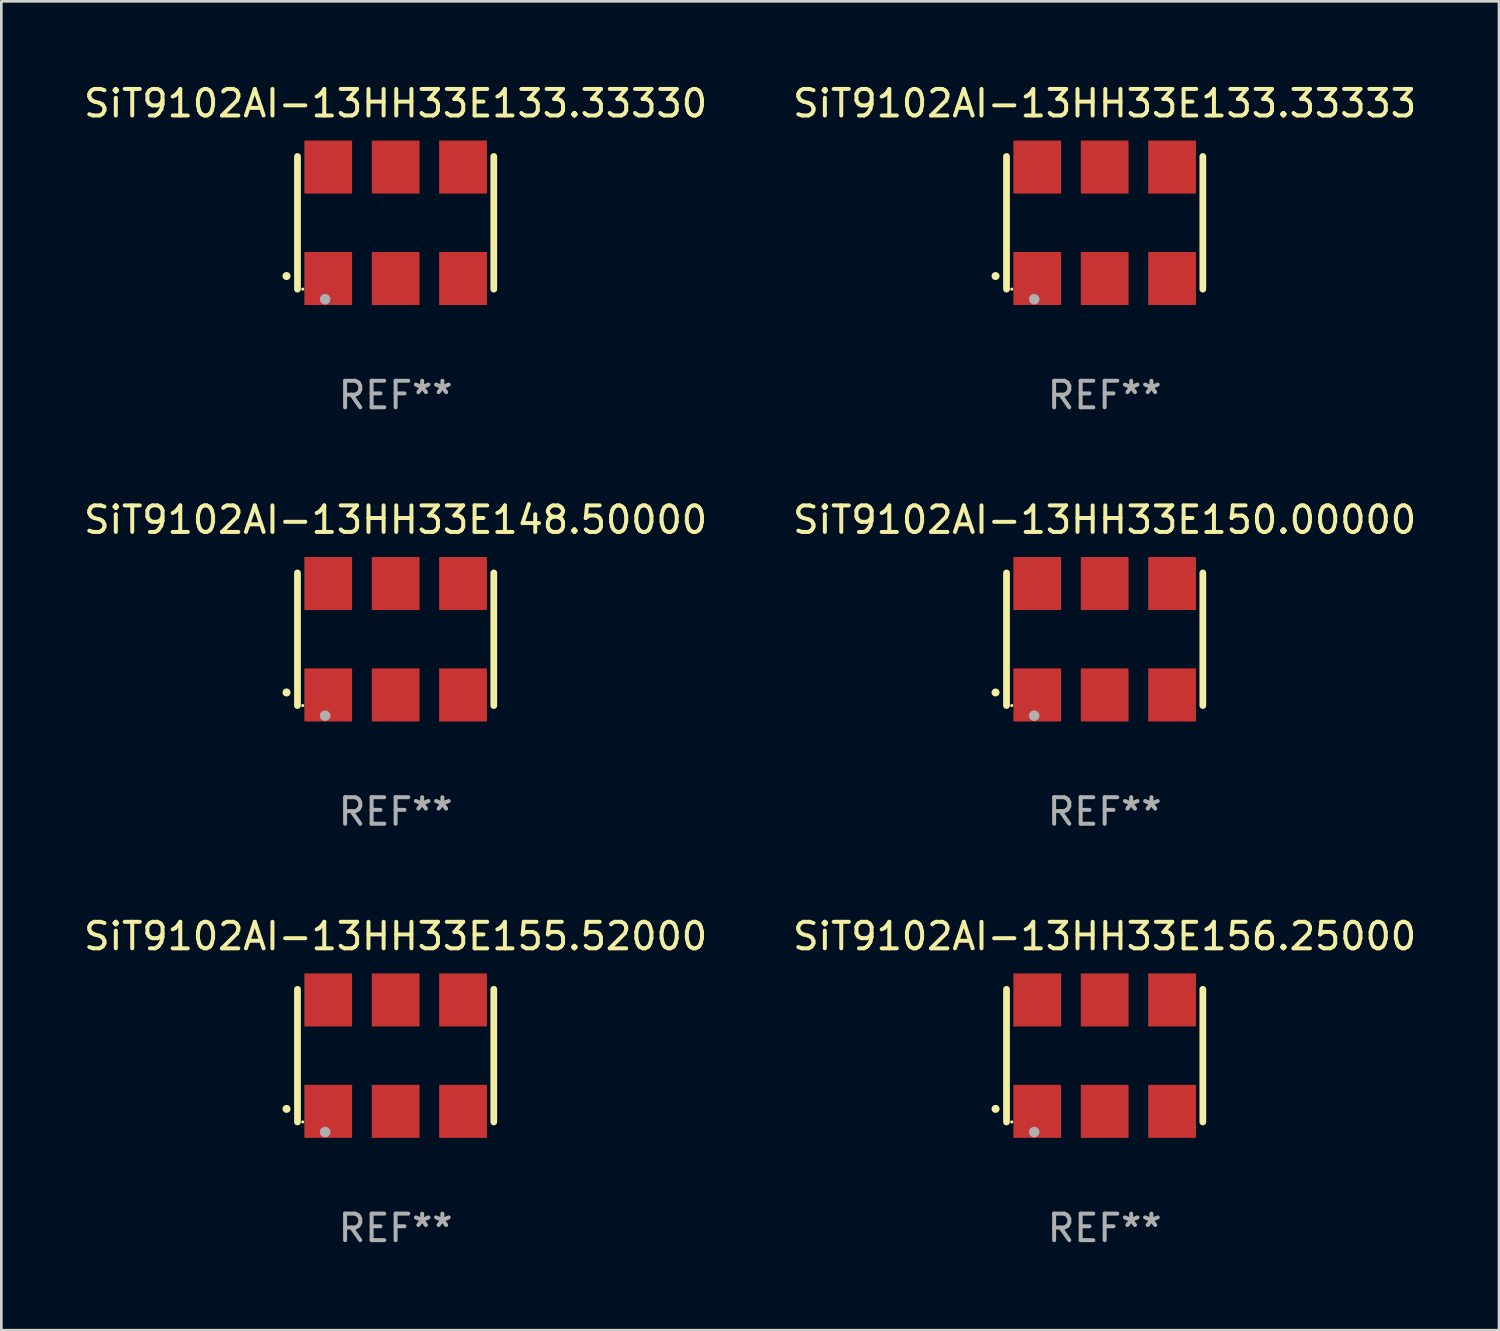
<source format=kicad_pcb>
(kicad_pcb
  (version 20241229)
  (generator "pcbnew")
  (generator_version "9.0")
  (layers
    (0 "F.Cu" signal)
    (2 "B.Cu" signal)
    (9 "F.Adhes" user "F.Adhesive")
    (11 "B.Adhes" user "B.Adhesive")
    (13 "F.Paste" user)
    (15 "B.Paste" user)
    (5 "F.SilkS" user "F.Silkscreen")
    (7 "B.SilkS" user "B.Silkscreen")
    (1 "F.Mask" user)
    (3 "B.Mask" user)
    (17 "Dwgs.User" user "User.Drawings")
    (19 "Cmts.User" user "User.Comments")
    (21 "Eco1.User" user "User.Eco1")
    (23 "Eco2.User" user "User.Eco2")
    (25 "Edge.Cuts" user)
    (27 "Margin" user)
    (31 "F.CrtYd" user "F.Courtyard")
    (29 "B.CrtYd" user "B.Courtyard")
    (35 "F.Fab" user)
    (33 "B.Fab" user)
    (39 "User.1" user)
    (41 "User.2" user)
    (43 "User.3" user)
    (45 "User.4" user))
  (footprint "SiT9102AI-13HH33E155.52000"
    (layer "F.Cu")
    (at 11.863 36.741)
    (property "Reference" "SiT9102AI-13HH33E155.52000" (at 0 -4.5 0) (layer "F.SilkS") (effects (font (size 1 1) (thickness 0.15))))
    (attr through_hole)
    (fp_line (start -3.7 -2.5) (end -3.7 2.5) (stroke (width 0.254) (type solid)) (layer "F.SilkS"))
    (fp_line (start 3.7 -2.5) (end 3.7 2.5) (stroke (width 0.254) (type solid)) (layer "F.SilkS"))
    (fp_arc (start -4.114415 2.006604) (mid -4.113145 2.006599) (end -4.111875 2.006604) (stroke (width 0.3) (type solid)) (layer "F.SilkS"))
    (fp_circle (center -3.502 2.5) (end -3.472 2.5) (stroke (width 0.06) (type solid)) (fill no) (layer "F.SilkS"))
    (fp_circle (center -2.657 2.882) (end -2.557 2.882) (stroke (width 0.2) (type solid)) (fill no) (layer "F.Fab"))
    (fp_text user "REF**" (at 0 6.5 0) (layer "F.Fab") (effects (font (size 1 1) (thickness 0.15))))
    (pad "1" smd rect (at -2.54 2.1) (size 1.8 2) (layers "F.Cu" "F.Mask" "F.Paste"))
    (pad "2" smd rect (at 0.000394 2.1) (size 1.8 2) (layers "F.Cu" "F.Mask" "F.Paste"))
    (pad "3" smd rect (at 2.54 2.1) (size 1.8 2) (layers "F.Cu" "F.Mask" "F.Paste"))
    (pad "4" smd rect (at 2.54 -2.1) (size 1.8 2) (layers "F.Cu" "F.Mask" "F.Paste"))
    (pad "5" smd rect (at 0.000394 -2.1) (size 1.8 2) (layers "F.Cu" "F.Mask" "F.Paste"))
    (pad "6" smd rect (at -2.54 -2.1) (size 1.8 2) (layers "F.Cu" "F.Mask" "F.Paste")))
  (footprint "SiT9102AI-13HH33E148.50000"
    (layer "F.Cu")
    (at 11.863 21.045)
    (property "Reference" "SiT9102AI-13HH33E148.50000" (at 0 -4.5 0) (layer "F.SilkS") (effects (font (size 1 1) (thickness 0.15))))
    (attr through_hole)
    (fp_line (start -3.7 -2.5) (end -3.7 2.5) (stroke (width 0.254) (type solid)) (layer "F.SilkS"))
    (fp_line (start 3.7 -2.5) (end 3.7 2.5) (stroke (width 0.254) (type solid)) (layer "F.SilkS"))
    (fp_arc (start -4.114415 2.006604) (mid -4.113145 2.006599) (end -4.111875 2.006604) (stroke (width 0.3) (type solid)) (layer "F.SilkS"))
    (fp_circle (center -3.502 2.5) (end -3.472 2.5) (stroke (width 0.06) (type solid)) (fill no) (layer "F.SilkS"))
    (fp_circle (center -2.657 2.882) (end -2.557 2.882) (stroke (width 0.2) (type solid)) (fill no) (layer "F.Fab"))
    (fp_text user "REF**" (at 0 6.5 0) (layer "F.Fab") (effects (font (size 1 1) (thickness 0.15))))
    (pad "1" smd rect (at -2.54 2.1) (size 1.8 2) (layers "F.Cu" "F.Mask" "F.Paste"))
    (pad "2" smd rect (at 0.000394 2.1) (size 1.8 2) (layers "F.Cu" "F.Mask" "F.Paste"))
    (pad "3" smd rect (at 2.54 2.1) (size 1.8 2) (layers "F.Cu" "F.Mask" "F.Paste"))
    (pad "4" smd rect (at 2.54 -2.1) (size 1.8 2) (layers "F.Cu" "F.Mask" "F.Paste"))
    (pad "5" smd rect (at 0.000394 -2.1) (size 1.8 2) (layers "F.Cu" "F.Mask" "F.Paste"))
    (pad "6" smd rect (at -2.54 -2.1) (size 1.8 2) (layers "F.Cu" "F.Mask" "F.Paste")))
  (footprint "SiT9102AI-13HH33E133.33333"
    (layer "F.Cu")
    (at 38.589 5.348)
    (property "Reference" "SiT9102AI-13HH33E133.33333" (at 0 -4.5 0) (layer "F.SilkS") (effects (font (size 1 1) (thickness 0.15))))
    (attr through_hole)
    (fp_line (start -3.7 -2.5) (end -3.7 2.5) (stroke (width 0.254) (type solid)) (layer "F.SilkS"))
    (fp_line (start 3.7 -2.5) (end 3.7 2.5) (stroke (width 0.254) (type solid)) (layer "F.SilkS"))
    (fp_arc (start -4.114415 2.006604) (mid -4.113145 2.006599) (end -4.111875 2.006604) (stroke (width 0.3) (type solid)) (layer "F.SilkS"))
    (fp_circle (center -3.502 2.5) (end -3.472 2.5) (stroke (width 0.06) (type solid)) (fill no) (layer "F.SilkS"))
    (fp_circle (center -2.657 2.882) (end -2.557 2.882) (stroke (width 0.2) (type solid)) (fill no) (layer "F.Fab"))
    (fp_text user "REF**" (at 0 6.5 0) (layer "F.Fab") (effects (font (size 1 1) (thickness 0.15))))
    (pad "1" smd rect (at -2.54 2.1) (size 1.8 2) (layers "F.Cu" "F.Mask" "F.Paste"))
    (pad "2" smd rect (at 0.000394 2.1) (size 1.8 2) (layers "F.Cu" "F.Mask" "F.Paste"))
    (pad "3" smd rect (at 2.54 2.1) (size 1.8 2) (layers "F.Cu" "F.Mask" "F.Paste"))
    (pad "4" smd rect (at 2.54 -2.1) (size 1.8 2) (layers "F.Cu" "F.Mask" "F.Paste"))
    (pad "5" smd rect (at 0.000394 -2.1) (size 1.8 2) (layers "F.Cu" "F.Mask" "F.Paste"))
    (pad "6" smd rect (at -2.54 -2.1) (size 1.8 2) (layers "F.Cu" "F.Mask" "F.Paste")))
  (footprint "SiT9102AI-13HH33E156.25000"
    (layer "F.Cu")
    (at 38.589 36.741)
    (property "Reference" "SiT9102AI-13HH33E156.25000" (at 0 -4.5 0) (layer "F.SilkS") (effects (font (size 1 1) (thickness 0.15))))
    (attr through_hole)
    (fp_line (start -3.7 -2.5) (end -3.7 2.5) (stroke (width 0.254) (type solid)) (layer "F.SilkS"))
    (fp_line (start 3.7 -2.5) (end 3.7 2.5) (stroke (width 0.254) (type solid)) (layer "F.SilkS"))
    (fp_arc (start -4.114415 2.006604) (mid -4.113145 2.006599) (end -4.111875 2.006604) (stroke (width 0.3) (type solid)) (layer "F.SilkS"))
    (fp_circle (center -3.502 2.5) (end -3.472 2.5) (stroke (width 0.06) (type solid)) (fill no) (layer "F.SilkS"))
    (fp_circle (center -2.657 2.882) (end -2.557 2.882) (stroke (width 0.2) (type solid)) (fill no) (layer "F.Fab"))
    (fp_text user "REF**" (at 0 6.5 0) (layer "F.Fab") (effects (font (size 1 1) (thickness 0.15))))
    (pad "1" smd rect (at -2.54 2.1) (size 1.8 2) (layers "F.Cu" "F.Mask" "F.Paste"))
    (pad "2" smd rect (at 0.000394 2.1) (size 1.8 2) (layers "F.Cu" "F.Mask" "F.Paste"))
    (pad "3" smd rect (at 2.54 2.1) (size 1.8 2) (layers "F.Cu" "F.Mask" "F.Paste"))
    (pad "4" smd rect (at 2.54 -2.1) (size 1.8 2) (layers "F.Cu" "F.Mask" "F.Paste"))
    (pad "5" smd rect (at 0.000394 -2.1) (size 1.8 2) (layers "F.Cu" "F.Mask" "F.Paste"))
    (pad "6" smd rect (at -2.54 -2.1) (size 1.8 2) (layers "F.Cu" "F.Mask" "F.Paste")))
  (footprint "SiT9102AI-13HH33E133.33330"
    (layer "F.Cu")
    (at 11.863 5.348)
    (property "Reference" "SiT9102AI-13HH33E133.33330" (at 0 -4.5 0) (layer "F.SilkS") (effects (font (size 1 1) (thickness 0.15))))
    (attr through_hole)
    (fp_line (start -3.7 -2.5) (end -3.7 2.5) (stroke (width 0.254) (type solid)) (layer "F.SilkS"))
    (fp_line (start 3.7 -2.5) (end 3.7 2.5) (stroke (width 0.254) (type solid)) (layer "F.SilkS"))
    (fp_arc (start -4.114415 2.006604) (mid -4.113145 2.006599) (end -4.111875 2.006604) (stroke (width 0.3) (type solid)) (layer "F.SilkS"))
    (fp_circle (center -3.502 2.5) (end -3.472 2.5) (stroke (width 0.06) (type solid)) (fill no) (layer "F.SilkS"))
    (fp_circle (center -2.657 2.882) (end -2.557 2.882) (stroke (width 0.2) (type solid)) (fill no) (layer "F.Fab"))
    (fp_text user "REF**" (at 0 6.5 0) (layer "F.Fab") (effects (font (size 1 1) (thickness 0.15))))
    (pad "1" smd rect (at -2.54 2.1) (size 1.8 2) (layers "F.Cu" "F.Mask" "F.Paste"))
    (pad "2" smd rect (at 0.000394 2.1) (size 1.8 2) (layers "F.Cu" "F.Mask" "F.Paste"))
    (pad "3" smd rect (at 2.54 2.1) (size 1.8 2) (layers "F.Cu" "F.Mask" "F.Paste"))
    (pad "4" smd rect (at 2.54 -2.1) (size 1.8 2) (layers "F.Cu" "F.Mask" "F.Paste"))
    (pad "5" smd rect (at 0.000394 -2.1) (size 1.8 2) (layers "F.Cu" "F.Mask" "F.Paste"))
    (pad "6" smd rect (at -2.54 -2.1) (size 1.8 2) (layers "F.Cu" "F.Mask" "F.Paste")))
  (footprint "SiT9102AI-13HH33E150.00000"
    (layer "F.Cu")
    (at 38.589 21.045)
    (property "Reference" "SiT9102AI-13HH33E150.00000" (at 0 -4.5 0) (layer "F.SilkS") (effects (font (size 1 1) (thickness 0.15))))
    (attr through_hole)
    (fp_line (start -3.7 -2.5) (end -3.7 2.5) (stroke (width 0.254) (type solid)) (layer "F.SilkS"))
    (fp_line (start 3.7 -2.5) (end 3.7 2.5) (stroke (width 0.254) (type solid)) (layer "F.SilkS"))
    (fp_arc (start -4.114415 2.006604) (mid -4.113145 2.006599) (end -4.111875 2.006604) (stroke (width 0.3) (type solid)) (layer "F.SilkS"))
    (fp_circle (center -3.502 2.5) (end -3.472 2.5) (stroke (width 0.06) (type solid)) (fill no) (layer "F.SilkS"))
    (fp_circle (center -2.657 2.882) (end -2.557 2.882) (stroke (width 0.2) (type solid)) (fill no) (layer "F.Fab"))
    (fp_text user "REF**" (at 0 6.5 0) (layer "F.Fab") (effects (font (size 1 1) (thickness 0.15))))
    (pad "1" smd rect (at -2.54 2.1) (size 1.8 2) (layers "F.Cu" "F.Mask" "F.Paste"))
    (pad "2" smd rect (at 0.000394 2.1) (size 1.8 2) (layers "F.Cu" "F.Mask" "F.Paste"))
    (pad "3" smd rect (at 2.54 2.1) (size 1.8 2) (layers "F.Cu" "F.Mask" "F.Paste"))
    (pad "4" smd rect (at 2.54 -2.1) (size 1.8 2) (layers "F.Cu" "F.Mask" "F.Paste"))
    (pad "5" smd rect (at 0.000394 -2.1) (size 1.8 2) (layers "F.Cu" "F.Mask" "F.Paste"))
    (pad "6" smd rect (at -2.54 -2.1) (size 1.8 2) (layers "F.Cu" "F.Mask" "F.Paste")))
  (gr_rect
    (start -3 -3)
    (end 53.452 47.09)
    (stroke (width 0.1) (type default))
    (fill no)
    (layer "Edge.Cuts")))
</source>
